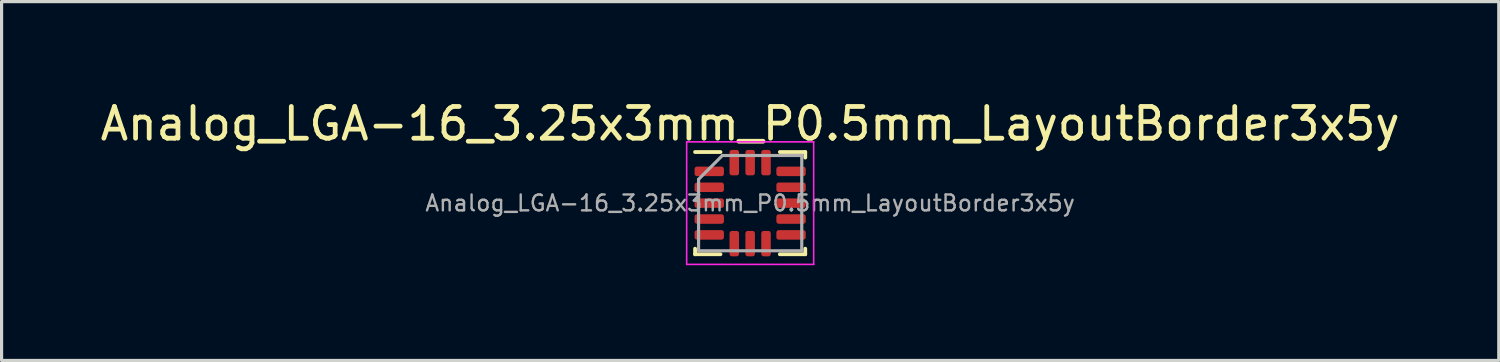
<source format=kicad_pcb>
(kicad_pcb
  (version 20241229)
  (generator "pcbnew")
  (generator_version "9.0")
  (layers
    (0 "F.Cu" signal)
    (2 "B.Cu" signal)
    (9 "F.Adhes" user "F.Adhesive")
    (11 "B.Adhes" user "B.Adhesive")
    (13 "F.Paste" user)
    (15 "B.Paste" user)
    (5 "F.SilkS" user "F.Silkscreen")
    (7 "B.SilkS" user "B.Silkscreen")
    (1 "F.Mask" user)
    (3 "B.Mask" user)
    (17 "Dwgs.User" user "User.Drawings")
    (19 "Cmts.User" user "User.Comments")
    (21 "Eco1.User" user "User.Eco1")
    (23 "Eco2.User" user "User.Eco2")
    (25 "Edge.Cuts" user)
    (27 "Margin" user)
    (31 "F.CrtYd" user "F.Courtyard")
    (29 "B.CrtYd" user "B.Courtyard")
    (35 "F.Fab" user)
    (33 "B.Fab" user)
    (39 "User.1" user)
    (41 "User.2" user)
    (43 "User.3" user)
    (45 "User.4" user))
  (footprint "Analog_LGA-16_3.25x3mm_P0.5mm_LayoutBorder3x5y"
    (layer "F.Cu")
    (at 20.577 3.348)
    (property "Reference" "Analog_LGA-16_3.25x3mm_P0.5mm_LayoutBorder3x5y" (at 0 -2.5 0) (layer "F.SilkS") (effects (font (size 1 1) (thickness 0.15))))
    (attr smd)
    (fp_line (start -1.735 1.61) (end -1.735 1.435) (stroke (width 0.12) (type solid)) (layer "F.SilkS"))
    (fp_line (start -0.935 -1.61) (end -1.735 -1.61) (stroke (width 0.12) (type solid)) (layer "F.SilkS"))
    (fp_line (start -0.935 1.61) (end -1.735 1.61) (stroke (width 0.12) (type solid)) (layer "F.SilkS"))
    (fp_line (start 0.935 -1.61) (end 1.735 -1.61) (stroke (width 0.12) (type solid)) (layer "F.SilkS"))
    (fp_line (start 0.935 1.61) (end 1.735 1.61) (stroke (width 0.12) (type solid)) (layer "F.SilkS"))
    (fp_line (start 1.735 -1.61) (end 1.735 -1.435) (stroke (width 0.12) (type solid)) (layer "F.SilkS"))
    (fp_line (start 1.735 1.61) (end 1.735 1.435) (stroke (width 0.12) (type solid)) (layer "F.SilkS"))
    (fp_line (start -2 -1.93) (end -2 1.93) (stroke (width 0.05) (type solid)) (layer "F.CrtYd"))
    (fp_line (start -2 1.93) (end 2 1.93) (stroke (width 0.05) (type solid)) (layer "F.CrtYd"))
    (fp_line (start 2 -1.93) (end -2 -1.93) (stroke (width 0.05) (type solid)) (layer "F.CrtYd"))
    (fp_line (start 2 1.93) (end 2 -1.93) (stroke (width 0.05) (type solid)) (layer "F.CrtYd"))
    (fp_line (start -1.625 -0.75) (end -0.875 -1.5) (stroke (width 0.1) (type solid)) (layer "F.Fab"))
    (fp_line (start -1.625 1.5) (end -1.625 -0.75) (stroke (width 0.1) (type solid)) (layer "F.Fab"))
    (fp_line (start -0.875 -1.5) (end 1.625 -1.5) (stroke (width 0.1) (type solid)) (layer "F.Fab"))
    (fp_line (start 1.625 -1.5) (end 1.625 1.5) (stroke (width 0.1) (type solid)) (layer "F.Fab"))
    (fp_line (start 1.625 1.5) (end -1.625 1.5) (stroke (width 0.1) (type solid)) (layer "F.Fab"))
    (fp_text user "${REFERENCE}" (at 0 0 0) (layer "F.Fab") (effects (font (size 0.5 0.5) (thickness 0.075))))
    (pad "1" smd roundrect (at -1.288 -1) (size 0.925 0.3) (layers "F.Cu" "F.Mask" "F.Paste") (roundrect_rratio 0.25))
    (pad "2" smd roundrect (at -1.288 -0.5) (size 0.925 0.3) (layers "F.Cu" "F.Mask" "F.Paste") (roundrect_rratio 0.25))
    (pad "3" smd roundrect (at -1.288 0) (size 0.925 0.3) (layers "F.Cu" "F.Mask" "F.Paste") (roundrect_rratio 0.25))
    (pad "4" smd roundrect (at -1.288 0.5) (size 0.925 0.3) (layers "F.Cu" "F.Mask" "F.Paste") (roundrect_rratio 0.25))
    (pad "5" smd roundrect (at -1.288 1) (size 0.925 0.3) (layers "F.Cu" "F.Mask" "F.Paste") (roundrect_rratio 0.25))
    (pad "6" smd roundrect (at -0.5 1.275) (size 0.3 0.8) (layers "F.Cu" "F.Mask" "F.Paste") (roundrect_rratio 0.25))
    (pad "7" smd roundrect (at 0 1.275) (size 0.3 0.8) (layers "F.Cu" "F.Mask" "F.Paste") (roundrect_rratio 0.25))
    (pad "8" smd roundrect (at 0.5 1.275) (size 0.3 0.8) (layers "F.Cu" "F.Mask" "F.Paste") (roundrect_rratio 0.25))
    (pad "9" smd roundrect (at 1.288 1) (size 0.925 0.3) (layers "F.Cu" "F.Mask" "F.Paste") (roundrect_rratio 0.25))
    (pad "10" smd roundrect (at 1.288 0.5) (size 0.925 0.3) (layers "F.Cu" "F.Mask" "F.Paste") (roundrect_rratio 0.25))
    (pad "11" smd roundrect (at 1.288 0) (size 0.925 0.3) (layers "F.Cu" "F.Mask" "F.Paste") (roundrect_rratio 0.25))
    (pad "12" smd roundrect (at 1.288 -0.5) (size 0.925 0.3) (layers "F.Cu" "F.Mask" "F.Paste") (roundrect_rratio 0.25))
    (pad "13" smd roundrect (at 1.288 -1) (size 0.925 0.3) (layers "F.Cu" "F.Mask" "F.Paste") (roundrect_rratio 0.25))
    (pad "14" smd roundrect (at 0.5 -1.275) (size 0.3 0.8) (layers "F.Cu" "F.Mask" "F.Paste") (roundrect_rratio 0.25))
    (pad "15" smd roundrect (at 0 -1.275) (size 0.3 0.8) (layers "F.Cu" "F.Mask" "F.Paste") (roundrect_rratio 0.25))
    (pad "16" smd roundrect (at -0.5 -1.275) (size 0.3 0.8) (layers "F.Cu" "F.Mask" "F.Paste") (roundrect_rratio 0.25)))
  (gr_rect
    (start -3 -3)
    (end 44.155 8.303)
    (stroke (width 0.1) (type default))
    (fill no)
    (layer "Edge.Cuts")))
</source>
